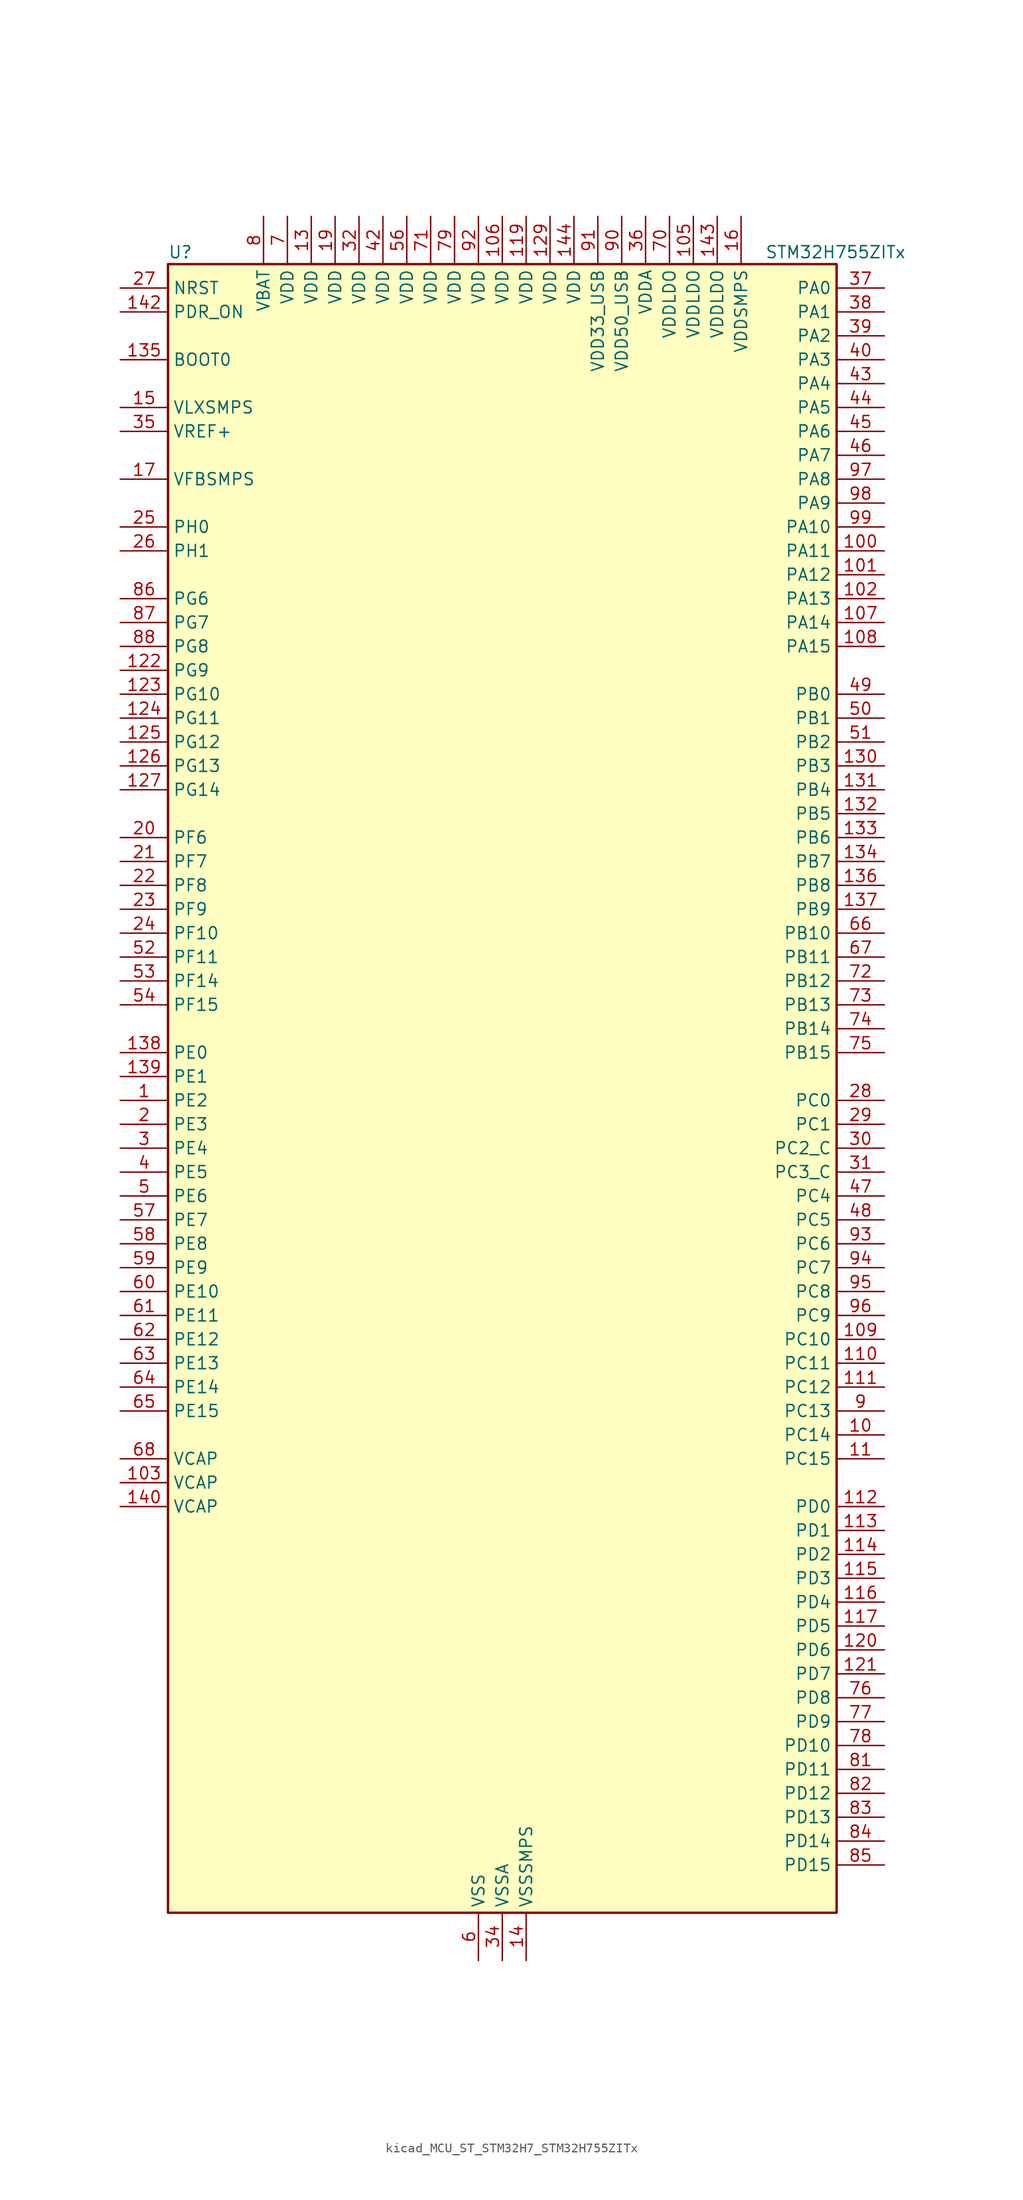
<source format=kicad_sym>
(kicad_symbol_lib
  (version 20220914)
  (generator kicad_symbol_editor)
  (symbol "kicad_MCU_ST_STM32H7_STM32H755ZITx"
    (property "Reference" "U"
      (at -35.56 90.17 0)
      (effects (font (size 1.27 1.27)) (justify left)))
    (property "Value" "STM32H755ZITx"
      (at 27.94 90.17 0)
      (effects (font (size 1.27 1.27)) (justify left)))
    (property "ki_locked" ""
      (at 0 0 0)
      (effects (font (size 1.27 1.27))))
    (symbol "kicad_MCU_ST_STM32H7_STM32H755ZITx_0_1"
      (rectangle (start -35.56 -86.36) (end 35.56 88.9) (stroke (width 0.254) (type default)) (fill (type background))))
    (symbol "kicad_MCU_ST_STM32H7_STM32H755ZITx_1_1"
      (pin bidirectional line (at -40.64 0 0) (length 5.08) (name "PE2" (effects (font (size 1.27 1.27)))) (number "1" (effects (font (size 1.27 1.27)))) (alternate "DEBUG_TRACECLK" bidirectional line) (alternate "ETH_TXD3" bidirectional line) (alternate "FMC_A23" bidirectional line) (alternate "QUADSPI_BK1_IO2" bidirectional line) (alternate "SAI1_CK1" bidirectional line) (alternate "SAI1_MCLK_A" bidirectional line) (alternate "SAI4_CK1" bidirectional line) (alternate "SAI4_MCLK_A" bidirectional line) (alternate "SPI4_SCK" bidirectional line))
      (pin bidirectional line (at 40.64 -35.56 180) (length 5.08) (name "PC14" (effects (font (size 1.27 1.27)))) (number "10" (effects (font (size 1.27 1.27)))) (alternate "RCC_OSC32_IN" bidirectional line))
      (pin bidirectional line (at 40.64 58.42 180) (length 5.08) (name "PA11" (effects (font (size 1.27 1.27)))) (number "100" (effects (font (size 1.27 1.27)))) (alternate "ADC1_EXTI11" bidirectional line) (alternate "ADC2_EXTI11" bidirectional line) (alternate "ADC3_EXTI11" bidirectional line) (alternate "FDCAN1_RX" bidirectional line) (alternate "HRTIM_CHD1" bidirectional line) (alternate "I2S2_WS" bidirectional line) (alternate "LPUART1_CTS" bidirectional line) (alternate "LTDC_R4" bidirectional line) (alternate "SPI2_NSS" bidirectional line) (alternate "TIM1_CH4" bidirectional line) (alternate "UART4_RX" bidirectional line) (alternate "USART1_CTS" bidirectional line) (alternate "USART1_NSS" bidirectional line) (alternate "USB_OTG_FS_DM" bidirectional line))
      (pin bidirectional line (at 40.64 55.88 180) (length 5.08) (name "PA12" (effects (font (size 1.27 1.27)))) (number "101" (effects (font (size 1.27 1.27)))) (alternate "FDCAN1_TX" bidirectional line) (alternate "HRTIM_CHD2" bidirectional line) (alternate "I2S2_CK" bidirectional line) (alternate "LPUART1_DE" bidirectional line) (alternate "LPUART1_RTS" bidirectional line) (alternate "LTDC_R5" bidirectional line) (alternate "SAI2_FS_B" bidirectional line) (alternate "SPI2_SCK" bidirectional line) (alternate "TIM1_ETR" bidirectional line) (alternate "UART4_TX" bidirectional line) (alternate "USART1_DE" bidirectional line) (alternate "USART1_RTS" bidirectional line) (alternate "USB_OTG_FS_DP" bidirectional line))
      (pin bidirectional line (at 40.64 53.34 180) (length 5.08) (name "PA13" (effects (font (size 1.27 1.27)))) (number "102" (effects (font (size 1.27 1.27)))) (alternate "DEBUG_JTMS-SWDIO" bidirectional line))
      (pin power_out line (at -40.64 -40.64 0) (length 5.08) (name "VCAP" (effects (font (size 1.27 1.27)))) (number "103" (effects (font (size 1.27 1.27)))))
      (pin passive line (at -2.54 -91.44 90) (length 5.08) hide (name "VSS" (effects (font (size 1.27 1.27)))) (number "104" (effects (font (size 1.27 1.27)))))
      (pin power_in line (at 20.32 93.98 270) (length 5.08) (name "VDDLDO" (effects (font (size 1.27 1.27)))) (number "105" (effects (font (size 1.27 1.27)))))
      (pin power_in line (at 0 93.98 270) (length 5.08) (name "VDD" (effects (font (size 1.27 1.27)))) (number "106" (effects (font (size 1.27 1.27)))))
      (pin bidirectional line (at 40.64 50.8 180) (length 5.08) (name "PA14" (effects (font (size 1.27 1.27)))) (number "107" (effects (font (size 1.27 1.27)))) (alternate "DEBUG_JTCK-SWCLK" bidirectional line))
      (pin bidirectional line (at 40.64 48.26 180) (length 5.08) (name "PA15" (effects (font (size 1.27 1.27)))) (number "108" (effects (font (size 1.27 1.27)))) (alternate "ADC1_EXTI15" bidirectional line) (alternate "ADC2_EXTI15" bidirectional line) (alternate "ADC3_EXTI15" bidirectional line) (alternate "CEC" bidirectional line) (alternate "DEBUG_JTDI" bidirectional line) (alternate "HRTIM_FLT1" bidirectional line) (alternate "I2S1_WS" bidirectional line) (alternate "I2S3_WS" bidirectional line) (alternate "SPI1_NSS" bidirectional line) (alternate "SPI3_NSS" bidirectional line) (alternate "SPI6_NSS" bidirectional line) (alternate "TIM2_CH1" bidirectional line) (alternate "TIM2_ETR" bidirectional line) (alternate "UART4_DE" bidirectional line) (alternate "UART4_RTS" bidirectional line) (alternate "UART7_TX" bidirectional line))
      (pin bidirectional line (at 40.64 -25.4 180) (length 5.08) (name "PC10" (effects (font (size 1.27 1.27)))) (number "109" (effects (font (size 1.27 1.27)))) (alternate "DCMI_D8" bidirectional line) (alternate "DFSDM1_CKIN5" bidirectional line) (alternate "HRTIM_EEV1" bidirectional line) (alternate "I2S3_CK" bidirectional line) (alternate "LTDC_R2" bidirectional line) (alternate "QUADSPI_BK1_IO1" bidirectional line) (alternate "SDMMC1_D2" bidirectional line) (alternate "SPI3_SCK" bidirectional line) (alternate "UART4_TX" bidirectional line) (alternate "USART3_TX" bidirectional line))
      (pin bidirectional line (at 40.64 -38.1 180) (length 5.08) (name "PC15" (effects (font (size 1.27 1.27)))) (number "11" (effects (font (size 1.27 1.27)))) (alternate "ADC1_EXTI15" bidirectional line) (alternate "ADC2_EXTI15" bidirectional line) (alternate "ADC3_EXTI15" bidirectional line) (alternate "RCC_OSC32_OUT" bidirectional line))
      (pin bidirectional line (at 40.64 -27.94 180) (length 5.08) (name "PC11" (effects (font (size 1.27 1.27)))) (number "110" (effects (font (size 1.27 1.27)))) (alternate "ADC1_EXTI11" bidirectional line) (alternate "ADC2_EXTI11" bidirectional line) (alternate "ADC3_EXTI11" bidirectional line) (alternate "DCMI_D4" bidirectional line) (alternate "DFSDM1_DATIN5" bidirectional line) (alternate "HRTIM_FLT2" bidirectional line) (alternate "I2S3_SDI" bidirectional line) (alternate "QUADSPI_BK2_NCS" bidirectional line) (alternate "SDMMC1_D3" bidirectional line) (alternate "SPI3_MISO" bidirectional line) (alternate "UART4_RX" bidirectional line) (alternate "USART3_RX" bidirectional line))
      (pin bidirectional line (at 40.64 -30.48 180) (length 5.08) (name "PC12" (effects (font (size 1.27 1.27)))) (number "111" (effects (font (size 1.27 1.27)))) (alternate "DCMI_D9" bidirectional line) (alternate "DEBUG_TRACED3" bidirectional line) (alternate "HRTIM_EEV2" bidirectional line) (alternate "I2S3_SDO" bidirectional line) (alternate "SDMMC1_CK" bidirectional line) (alternate "SPI3_MOSI" bidirectional line) (alternate "UART5_TX" bidirectional line) (alternate "USART3_CK" bidirectional line))
      (pin bidirectional line (at 40.64 -43.18 180) (length 5.08) (name "PD0" (effects (font (size 1.27 1.27)))) (number "112" (effects (font (size 1.27 1.27)))) (alternate "DFSDM1_CKIN6" bidirectional line) (alternate "FDCAN1_RX" bidirectional line) (alternate "FMC_D2" bidirectional line) (alternate "FMC_DA2" bidirectional line) (alternate "SAI3_SCK_A" bidirectional line) (alternate "UART4_RX" bidirectional line))
      (pin bidirectional line (at 40.64 -45.72 180) (length 5.08) (name "PD1" (effects (font (size 1.27 1.27)))) (number "113" (effects (font (size 1.27 1.27)))) (alternate "DFSDM1_DATIN6" bidirectional line) (alternate "FDCAN1_TX" bidirectional line) (alternate "FMC_D3" bidirectional line) (alternate "FMC_DA3" bidirectional line) (alternate "SAI3_SD_A" bidirectional line) (alternate "UART4_TX" bidirectional line))
      (pin bidirectional line (at 40.64 -48.26 180) (length 5.08) (name "PD2" (effects (font (size 1.27 1.27)))) (number "114" (effects (font (size 1.27 1.27)))) (alternate "DCMI_D11" bidirectional line) (alternate "DEBUG_TRACED2" bidirectional line) (alternate "SDMMC1_CMD" bidirectional line) (alternate "TIM3_ETR" bidirectional line) (alternate "UART5_RX" bidirectional line))
      (pin bidirectional line (at 40.64 -50.8 180) (length 5.08) (name "PD3" (effects (font (size 1.27 1.27)))) (number "115" (effects (font (size 1.27 1.27)))) (alternate "DCMI_D5" bidirectional line) (alternate "DFSDM1_CKOUT" bidirectional line) (alternate "FMC_CLK" bidirectional line) (alternate "I2S2_CK" bidirectional line) (alternate "LTDC_G7" bidirectional line) (alternate "SPI2_SCK" bidirectional line) (alternate "USART2_CTS" bidirectional line) (alternate "USART2_NSS" bidirectional line))
      (pin bidirectional line (at 40.64 -53.34 180) (length 5.08) (name "PD4" (effects (font (size 1.27 1.27)))) (number "116" (effects (font (size 1.27 1.27)))) (alternate "FMC_NOE" bidirectional line) (alternate "HRTIM_FLT3" bidirectional line) (alternate "SAI3_FS_A" bidirectional line) (alternate "USART2_DE" bidirectional line) (alternate "USART2_RTS" bidirectional line))
      (pin bidirectional line (at 40.64 -55.88 180) (length 5.08) (name "PD5" (effects (font (size 1.27 1.27)))) (number "117" (effects (font (size 1.27 1.27)))) (alternate "FMC_NWE" bidirectional line) (alternate "HRTIM_EEV3" bidirectional line) (alternate "USART2_TX" bidirectional line))
      (pin passive line (at -2.54 -91.44 90) (length 5.08) hide (name "VSS" (effects (font (size 1.27 1.27)))) (number "118" (effects (font (size 1.27 1.27)))))
      (pin power_in line (at 2.54 93.98 270) (length 5.08) (name "VDD" (effects (font (size 1.27 1.27)))) (number "119" (effects (font (size 1.27 1.27)))))
      (pin passive line (at -2.54 -91.44 90) (length 5.08) hide (name "VSS" (effects (font (size 1.27 1.27)))) (number "12" (effects (font (size 1.27 1.27)))))
      (pin bidirectional line (at 40.64 -58.42 180) (length 5.08) (name "PD6" (effects (font (size 1.27 1.27)))) (number "120" (effects (font (size 1.27 1.27)))) (alternate "DCMI_D10" bidirectional line) (alternate "DFSDM1_CKIN4" bidirectional line) (alternate "DFSDM1_DATIN1" bidirectional line) (alternate "FMC_NWAIT" bidirectional line) (alternate "I2S3_SDO" bidirectional line) (alternate "LTDC_B2" bidirectional line) (alternate "SAI1_D1" bidirectional line) (alternate "SAI1_SD_A" bidirectional line) (alternate "SAI4_D1" bidirectional line) (alternate "SAI4_SD_A" bidirectional line) (alternate "SDMMC2_CK" bidirectional line) (alternate "SPI3_MOSI" bidirectional line) (alternate "USART2_RX" bidirectional line))
      (pin bidirectional line (at 40.64 -60.96 180) (length 5.08) (name "PD7" (effects (font (size 1.27 1.27)))) (number "121" (effects (font (size 1.27 1.27)))) (alternate "DFSDM1_CKIN1" bidirectional line) (alternate "DFSDM1_DATIN4" bidirectional line) (alternate "FMC_NE1" bidirectional line) (alternate "I2S1_SDO" bidirectional line) (alternate "SDMMC2_CMD" bidirectional line) (alternate "SPDIFRX1_IN0" bidirectional line) (alternate "SPI1_MOSI" bidirectional line) (alternate "USART2_CK" bidirectional line))
      (pin bidirectional line (at -40.64 45.72 0) (length 5.08) (name "PG9" (effects (font (size 1.27 1.27)))) (number "122" (effects (font (size 1.27 1.27)))) (alternate "DAC1_EXTI9" bidirectional line) (alternate "DCMI_VSYNC" bidirectional line) (alternate "FMC_NCE" bidirectional line) (alternate "FMC_NE2" bidirectional line) (alternate "I2S1_SDI" bidirectional line) (alternate "QUADSPI_BK2_IO2" bidirectional line) (alternate "SAI2_FS_B" bidirectional line) (alternate "SPDIFRX1_IN3" bidirectional line) (alternate "SPI1_MISO" bidirectional line) (alternate "USART6_RX" bidirectional line))
      (pin bidirectional line (at -40.64 43.18 0) (length 5.08) (name "PG10" (effects (font (size 1.27 1.27)))) (number "123" (effects (font (size 1.27 1.27)))) (alternate "DCMI_D2" bidirectional line) (alternate "FMC_NE3" bidirectional line) (alternate "HRTIM_FLT5" bidirectional line) (alternate "I2S1_WS" bidirectional line) (alternate "LTDC_B2" bidirectional line) (alternate "LTDC_G3" bidirectional line) (alternate "SAI2_SD_B" bidirectional line) (alternate "SPI1_NSS" bidirectional line))
      (pin bidirectional line (at -40.64 40.64 0) (length 5.08) (name "PG11" (effects (font (size 1.27 1.27)))) (number "124" (effects (font (size 1.27 1.27)))) (alternate "ADC1_EXTI11" bidirectional line) (alternate "ADC2_EXTI11" bidirectional line) (alternate "ADC3_EXTI11" bidirectional line) (alternate "DCMI_D3" bidirectional line) (alternate "ETH_TX_EN" bidirectional line) (alternate "HRTIM_EEV4" bidirectional line) (alternate "I2S1_CK" bidirectional line) (alternate "LPTIM1_IN2" bidirectional line) (alternate "LTDC_B3" bidirectional line) (alternate "SDMMC2_D2" bidirectional line) (alternate "SPDIFRX1_IN0" bidirectional line) (alternate "SPI1_SCK" bidirectional line))
      (pin bidirectional line (at -40.64 38.1 0) (length 5.08) (name "PG12" (effects (font (size 1.27 1.27)))) (number "125" (effects (font (size 1.27 1.27)))) (alternate "ETH_TXD1" bidirectional line) (alternate "FMC_NE4" bidirectional line) (alternate "HRTIM_EEV5" bidirectional line) (alternate "LPTIM1_IN1" bidirectional line) (alternate "LTDC_B1" bidirectional line) (alternate "LTDC_B4" bidirectional line) (alternate "SPDIFRX1_IN1" bidirectional line) (alternate "SPI6_MISO" bidirectional line) (alternate "USART6_DE" bidirectional line) (alternate "USART6_RTS" bidirectional line))
      (pin bidirectional line (at -40.64 35.56 0) (length 5.08) (name "PG13" (effects (font (size 1.27 1.27)))) (number "126" (effects (font (size 1.27 1.27)))) (alternate "DEBUG_TRACED0" bidirectional line) (alternate "ETH_TXD0" bidirectional line) (alternate "FMC_A24" bidirectional line) (alternate "HRTIM_EEV10" bidirectional line) (alternate "LPTIM1_OUT" bidirectional line) (alternate "LTDC_R0" bidirectional line) (alternate "SPI6_SCK" bidirectional line) (alternate "USART6_CTS" bidirectional line) (alternate "USART6_NSS" bidirectional line))
      (pin bidirectional line (at -40.64 33.02 0) (length 5.08) (name "PG14" (effects (font (size 1.27 1.27)))) (number "127" (effects (font (size 1.27 1.27)))) (alternate "DEBUG_TRACED1" bidirectional line) (alternate "ETH_TXD1" bidirectional line) (alternate "FMC_A25" bidirectional line) (alternate "LPTIM1_ETR" bidirectional line) (alternate "LTDC_B0" bidirectional line) (alternate "QUADSPI_BK2_IO3" bidirectional line) (alternate "SPI6_MOSI" bidirectional line) (alternate "USART6_TX" bidirectional line))
      (pin passive line (at -2.54 -91.44 90) (length 5.08) hide (name "VSS" (effects (font (size 1.27 1.27)))) (number "128" (effects (font (size 1.27 1.27)))))
      (pin power_in line (at 5.08 93.98 270) (length 5.08) (name "VDD" (effects (font (size 1.27 1.27)))) (number "129" (effects (font (size 1.27 1.27)))))
      (pin power_in line (at -20.32 93.98 270) (length 5.08) (name "VDD" (effects (font (size 1.27 1.27)))) (number "13" (effects (font (size 1.27 1.27)))))
      (pin bidirectional line (at 40.64 35.56 180) (length 5.08) (name "PB3" (effects (font (size 1.27 1.27)))) (number "130" (effects (font (size 1.27 1.27)))) (alternate "CRS_SYNC" bidirectional line) (alternate "DEBUG_JTDO-SWO" bidirectional line) (alternate "HRTIM_FLT4" bidirectional line) (alternate "I2S1_CK" bidirectional line) (alternate "I2S3_CK" bidirectional line) (alternate "SDMMC2_D2" bidirectional line) (alternate "SPI1_SCK" bidirectional line) (alternate "SPI3_SCK" bidirectional line) (alternate "SPI6_SCK" bidirectional line) (alternate "TIM2_CH2" bidirectional line) (alternate "UART7_RX" bidirectional line))
      (pin bidirectional line (at 40.64 33.02 180) (length 5.08) (name "PB4" (effects (font (size 1.27 1.27)))) (number "131" (effects (font (size 1.27 1.27)))) (alternate "DEBUG_JTRST" bidirectional line) (alternate "HRTIM_EEV6" bidirectional line) (alternate "I2S1_SDI" bidirectional line) (alternate "I2S2_WS" bidirectional line) (alternate "I2S3_SDI" bidirectional line) (alternate "SDMMC2_D3" bidirectional line) (alternate "SPI1_MISO" bidirectional line) (alternate "SPI2_NSS" bidirectional line) (alternate "SPI3_MISO" bidirectional line) (alternate "SPI6_MISO" bidirectional line) (alternate "TIM16_BKIN" bidirectional line) (alternate "TIM3_CH1" bidirectional line) (alternate "UART7_TX" bidirectional line))
      (pin bidirectional line (at 40.64 30.48 180) (length 5.08) (name "PB5" (effects (font (size 1.27 1.27)))) (number "132" (effects (font (size 1.27 1.27)))) (alternate "DCMI_D10" bidirectional line) (alternate "ETH_PPS_OUT" bidirectional line) (alternate "FDCAN2_RX" bidirectional line) (alternate "FMC_SDCKE1" bidirectional line) (alternate "HRTIM_EEV7" bidirectional line) (alternate "I2C1_SMBA" bidirectional line) (alternate "I2C4_SMBA" bidirectional line) (alternate "I2S1_SDO" bidirectional line) (alternate "I2S3_SDO" bidirectional line) (alternate "SPI1_MOSI" bidirectional line) (alternate "SPI3_MOSI" bidirectional line) (alternate "SPI6_MOSI" bidirectional line) (alternate "TIM17_BKIN" bidirectional line) (alternate "TIM3_CH2" bidirectional line) (alternate "UART5_RX" bidirectional line) (alternate "USB_OTG_HS_ULPI_D7" bidirectional line))
      (pin bidirectional line (at 40.64 27.94 180) (length 5.08) (name "PB6" (effects (font (size 1.27 1.27)))) (number "133" (effects (font (size 1.27 1.27)))) (alternate "CEC" bidirectional line) (alternate "DCMI_D5" bidirectional line) (alternate "DFSDM1_DATIN5" bidirectional line) (alternate "FDCAN2_TX" bidirectional line) (alternate "FMC_SDNE1" bidirectional line) (alternate "HRTIM_EEV8" bidirectional line) (alternate "I2C1_SCL" bidirectional line) (alternate "I2C4_SCL" bidirectional line) (alternate "LPUART1_TX" bidirectional line) (alternate "QUADSPI_BK1_NCS" bidirectional line) (alternate "TIM16_CH1N" bidirectional line) (alternate "TIM4_CH1" bidirectional line) (alternate "UART5_TX" bidirectional line) (alternate "USART1_TX" bidirectional line))
      (pin bidirectional line (at 40.64 25.4 180) (length 5.08) (name "PB7" (effects (font (size 1.27 1.27)))) (number "134" (effects (font (size 1.27 1.27)))) (alternate "DCMI_VSYNC" bidirectional line) (alternate "DFSDM1_CKIN5" bidirectional line) (alternate "FMC_NL" bidirectional line) (alternate "HRTIM_EEV9" bidirectional line) (alternate "I2C1_SDA" bidirectional line) (alternate "I2C4_SDA" bidirectional line) (alternate "LPUART1_RX" bidirectional line) (alternate "PWR_PVD_IN" bidirectional line) (alternate "TIM17_CH1N" bidirectional line) (alternate "TIM4_CH2" bidirectional line) (alternate "USART1_RX" bidirectional line))
      (pin input line (at -40.64 78.74 0) (length 5.08) (name "BOOT0" (effects (font (size 1.27 1.27)))) (number "135" (effects (font (size 1.27 1.27)))))
      (pin bidirectional line (at 40.64 22.86 180) (length 5.08) (name "PB8" (effects (font (size 1.27 1.27)))) (number "136" (effects (font (size 1.27 1.27)))) (alternate "DCMI_D6" bidirectional line) (alternate "DFSDM1_CKIN7" bidirectional line) (alternate "ETH_TXD3" bidirectional line) (alternate "FDCAN1_RX" bidirectional line) (alternate "I2C1_SCL" bidirectional line) (alternate "I2C4_SCL" bidirectional line) (alternate "LTDC_B6" bidirectional line) (alternate "SDMMC1_CKIN" bidirectional line) (alternate "SDMMC1_D4" bidirectional line) (alternate "SDMMC2_D4" bidirectional line) (alternate "TIM16_CH1" bidirectional line) (alternate "TIM4_CH3" bidirectional line) (alternate "UART4_RX" bidirectional line))
      (pin bidirectional line (at 40.64 20.32 180) (length 5.08) (name "PB9" (effects (font (size 1.27 1.27)))) (number "137" (effects (font (size 1.27 1.27)))) (alternate "DAC1_EXTI9" bidirectional line) (alternate "DCMI_D7" bidirectional line) (alternate "DFSDM1_DATIN7" bidirectional line) (alternate "FDCAN1_TX" bidirectional line) (alternate "I2C1_SDA" bidirectional line) (alternate "I2C4_SDA" bidirectional line) (alternate "I2C4_SMBA" bidirectional line) (alternate "I2S2_WS" bidirectional line) (alternate "LTDC_B7" bidirectional line) (alternate "SDMMC1_CDIR" bidirectional line) (alternate "SDMMC1_D5" bidirectional line) (alternate "SDMMC2_D5" bidirectional line) (alternate "SPI2_NSS" bidirectional line) (alternate "TIM17_CH1" bidirectional line) (alternate "TIM4_CH4" bidirectional line) (alternate "UART4_TX" bidirectional line))
      (pin bidirectional line (at -40.64 5.08 0) (length 5.08) (name "PE0" (effects (font (size 1.27 1.27)))) (number "138" (effects (font (size 1.27 1.27)))) (alternate "DCMI_D2" bidirectional line) (alternate "FMC_NBL0" bidirectional line) (alternate "HRTIM_SCIN" bidirectional line) (alternate "LPTIM1_ETR" bidirectional line) (alternate "LPTIM2_ETR" bidirectional line) (alternate "SAI2_MCLK_A" bidirectional line) (alternate "TIM4_ETR" bidirectional line) (alternate "UART8_RX" bidirectional line))
      (pin bidirectional line (at -40.64 2.54 0) (length 5.08) (name "PE1" (effects (font (size 1.27 1.27)))) (number "139" (effects (font (size 1.27 1.27)))) (alternate "DCMI_D3" bidirectional line) (alternate "FMC_NBL1" bidirectional line) (alternate "HRTIM_SCOUT" bidirectional line) (alternate "LPTIM1_IN2" bidirectional line) (alternate "UART8_TX" bidirectional line))
      (pin power_in line (at 2.54 -91.44 90) (length 5.08) (name "VSSSMPS" (effects (font (size 1.27 1.27)))) (number "14" (effects (font (size 1.27 1.27)))))
      (pin power_out line (at -40.64 -43.18 0) (length 5.08) (name "VCAP" (effects (font (size 1.27 1.27)))) (number "140" (effects (font (size 1.27 1.27)))))
      (pin passive line (at -2.54 -91.44 90) (length 5.08) hide (name "VSS" (effects (font (size 1.27 1.27)))) (number "141" (effects (font (size 1.27 1.27)))))
      (pin input line (at -40.64 83.82 0) (length 5.08) (name "PDR_ON" (effects (font (size 1.27 1.27)))) (number "142" (effects (font (size 1.27 1.27)))))
      (pin power_in line (at 22.86 93.98 270) (length 5.08) (name "VDDLDO" (effects (font (size 1.27 1.27)))) (number "143" (effects (font (size 1.27 1.27)))))
      (pin power_in line (at 7.62 93.98 270) (length 5.08) (name "VDD" (effects (font (size 1.27 1.27)))) (number "144" (effects (font (size 1.27 1.27)))))
      (pin power_in line (at -40.64 73.66 0) (length 5.08) (name "VLXSMPS" (effects (font (size 1.27 1.27)))) (number "15" (effects (font (size 1.27 1.27)))))
      (pin power_in line (at 25.4 93.98 270) (length 5.08) (name "VDDSMPS" (effects (font (size 1.27 1.27)))) (number "16" (effects (font (size 1.27 1.27)))))
      (pin input line (at -40.64 66.04 0) (length 5.08) (name "VFBSMPS" (effects (font (size 1.27 1.27)))) (number "17" (effects (font (size 1.27 1.27)))))
      (pin passive line (at -2.54 -91.44 90) (length 5.08) hide (name "VSS" (effects (font (size 1.27 1.27)))) (number "18" (effects (font (size 1.27 1.27)))))
      (pin power_in line (at -17.78 93.98 270) (length 5.08) (name "VDD" (effects (font (size 1.27 1.27)))) (number "19" (effects (font (size 1.27 1.27)))))
      (pin bidirectional line (at -40.64 -2.54 0) (length 5.08) (name "PE3" (effects (font (size 1.27 1.27)))) (number "2" (effects (font (size 1.27 1.27)))) (alternate "DEBUG_TRACED0" bidirectional line) (alternate "FMC_A19" bidirectional line) (alternate "SAI1_SD_B" bidirectional line) (alternate "SAI4_SD_B" bidirectional line) (alternate "TIM15_BKIN" bidirectional line))
      (pin bidirectional line (at -40.64 27.94 0) (length 5.08) (name "PF6" (effects (font (size 1.27 1.27)))) (number "20" (effects (font (size 1.27 1.27)))) (alternate "ADC3_INP8" bidirectional line) (alternate "QUADSPI_BK1_IO3" bidirectional line) (alternate "SAI1_SD_B" bidirectional line) (alternate "SAI4_SD_B" bidirectional line) (alternate "SPI5_NSS" bidirectional line) (alternate "TIM16_CH1" bidirectional line) (alternate "UART7_RX" bidirectional line))
      (pin bidirectional line (at -40.64 25.4 0) (length 5.08) (name "PF7" (effects (font (size 1.27 1.27)))) (number "21" (effects (font (size 1.27 1.27)))) (alternate "ADC3_INP3" bidirectional line) (alternate "QUADSPI_BK1_IO2" bidirectional line) (alternate "SAI1_MCLK_B" bidirectional line) (alternate "SAI4_MCLK_B" bidirectional line) (alternate "SPI5_SCK" bidirectional line) (alternate "TIM17_CH1" bidirectional line) (alternate "UART7_TX" bidirectional line))
      (pin bidirectional line (at -40.64 22.86 0) (length 5.08) (name "PF8" (effects (font (size 1.27 1.27)))) (number "22" (effects (font (size 1.27 1.27)))) (alternate "ADC3_INN3" bidirectional line) (alternate "ADC3_INP7" bidirectional line) (alternate "QUADSPI_BK1_IO0" bidirectional line) (alternate "SAI1_SCK_B" bidirectional line) (alternate "SAI4_SCK_B" bidirectional line) (alternate "SPI5_MISO" bidirectional line) (alternate "TIM13_CH1" bidirectional line) (alternate "TIM16_CH1N" bidirectional line) (alternate "UART7_DE" bidirectional line) (alternate "UART7_RTS" bidirectional line))
      (pin bidirectional line (at -40.64 20.32 0) (length 5.08) (name "PF9" (effects (font (size 1.27 1.27)))) (number "23" (effects (font (size 1.27 1.27)))) (alternate "ADC3_INP2" bidirectional line) (alternate "DAC1_EXTI9" bidirectional line) (alternate "QUADSPI_BK1_IO1" bidirectional line) (alternate "SAI1_FS_B" bidirectional line) (alternate "SAI4_FS_B" bidirectional line) (alternate "SPI5_MOSI" bidirectional line) (alternate "TIM14_CH1" bidirectional line) (alternate "TIM17_CH1N" bidirectional line) (alternate "UART7_CTS" bidirectional line))
      (pin bidirectional line (at -40.64 17.78 0) (length 5.08) (name "PF10" (effects (font (size 1.27 1.27)))) (number "24" (effects (font (size 1.27 1.27)))) (alternate "ADC3_INN2" bidirectional line) (alternate "ADC3_INP6" bidirectional line) (alternate "DCMI_D11" bidirectional line) (alternate "LTDC_DE" bidirectional line) (alternate "QUADSPI_CLK" bidirectional line) (alternate "SAI1_D3" bidirectional line) (alternate "SAI4_D3" bidirectional line) (alternate "TIM16_BKIN" bidirectional line))
      (pin bidirectional line (at -40.64 60.96 0) (length 5.08) (name "PH0" (effects (font (size 1.27 1.27)))) (number "25" (effects (font (size 1.27 1.27)))) (alternate "RCC_OSC_IN" bidirectional line))
      (pin bidirectional line (at -40.64 58.42 0) (length 5.08) (name "PH1" (effects (font (size 1.27 1.27)))) (number "26" (effects (font (size 1.27 1.27)))) (alternate "RCC_OSC_OUT" bidirectional line))
      (pin input line (at -40.64 86.36 0) (length 5.08) (name "NRST" (effects (font (size 1.27 1.27)))) (number "27" (effects (font (size 1.27 1.27)))))
      (pin bidirectional line (at 40.64 0 180) (length 5.08) (name "PC0" (effects (font (size 1.27 1.27)))) (number "28" (effects (font (size 1.27 1.27)))) (alternate "ADC1_INP10" bidirectional line) (alternate "ADC2_INP10" bidirectional line) (alternate "ADC3_INP10" bidirectional line) (alternate "DFSDM1_CKIN0" bidirectional line) (alternate "DFSDM1_DATIN4" bidirectional line) (alternate "FMC_SDNWE" bidirectional line) (alternate "LTDC_R5" bidirectional line) (alternate "SAI2_FS_B" bidirectional line) (alternate "USB_OTG_HS_ULPI_STP" bidirectional line))
      (pin bidirectional line (at 40.64 -2.54 180) (length 5.08) (name "PC1" (effects (font (size 1.27 1.27)))) (number "29" (effects (font (size 1.27 1.27)))) (alternate "ADC1_INN10" bidirectional line) (alternate "ADC1_INP11" bidirectional line) (alternate "ADC2_INN10" bidirectional line) (alternate "ADC2_INP11" bidirectional line) (alternate "ADC3_INN10" bidirectional line) (alternate "ADC3_INP11" bidirectional line) (alternate "DEBUG_TRACED0" bidirectional line) (alternate "DFSDM1_CKIN4" bidirectional line) (alternate "DFSDM1_DATIN0" bidirectional line) (alternate "ETH_MDC" bidirectional line) (alternate "I2S2_SDO" bidirectional line) (alternate "MDIOS_MDC" bidirectional line) (alternate "PWR_WKUP5" bidirectional line) (alternate "RTC_TAMP3" bidirectional line) (alternate "SAI1_D1" bidirectional line) (alternate "SAI1_SD_A" bidirectional line) (alternate "SAI4_D1" bidirectional line) (alternate "SAI4_SD_A" bidirectional line) (alternate "SDMMC2_CK" bidirectional line) (alternate "SPI2_MOSI" bidirectional line))
      (pin bidirectional line (at -40.64 -5.08 0) (length 5.08) (name "PE4" (effects (font (size 1.27 1.27)))) (number "3" (effects (font (size 1.27 1.27)))) (alternate "DCMI_D4" bidirectional line) (alternate "DEBUG_TRACED1" bidirectional line) (alternate "DFSDM1_DATIN3" bidirectional line) (alternate "FMC_A20" bidirectional line) (alternate "LTDC_B0" bidirectional line) (alternate "SAI1_D2" bidirectional line) (alternate "SAI1_FS_A" bidirectional line) (alternate "SAI4_D2" bidirectional line) (alternate "SAI4_FS_A" bidirectional line) (alternate "SPI4_NSS" bidirectional line) (alternate "TIM15_CH1N" bidirectional line))
      (pin bidirectional line (at 40.64 -5.08 180) (length 5.08) (name "PC2_C" (effects (font (size 1.27 1.27)))) (number "30" (effects (font (size 1.27 1.27)))) (alternate "ADC3_INN1" bidirectional line) (alternate "ADC3_INP0" bidirectional line) (alternate "DFSDM1_CKIN1" bidirectional line) (alternate "DFSDM1_CKOUT" bidirectional line) (alternate "ETH_TXD2" bidirectional line) (alternate "FMC_SDNE0" bidirectional line) (alternate "I2S2_SDI" bidirectional line) (alternate "PWR_CSTOP" bidirectional line) (alternate "SPI2_MISO" bidirectional line) (alternate "USB_OTG_HS_ULPI_DIR" bidirectional line))
      (pin bidirectional line (at 40.64 -7.62 180) (length 5.08) (name "PC3_C" (effects (font (size 1.27 1.27)))) (number "31" (effects (font (size 1.27 1.27)))) (alternate "ADC3_INP1" bidirectional line) (alternate "DFSDM1_DATIN1" bidirectional line) (alternate "ETH_TX_CLK" bidirectional line) (alternate "FMC_SDCKE0" bidirectional line) (alternate "I2S2_SDO" bidirectional line) (alternate "PWR_CSLEEP" bidirectional line) (alternate "SPI2_MOSI" bidirectional line) (alternate "USB_OTG_HS_ULPI_NXT" bidirectional line))
      (pin power_in line (at -15.24 93.98 270) (length 5.08) (name "VDD" (effects (font (size 1.27 1.27)))) (number "32" (effects (font (size 1.27 1.27)))))
      (pin passive line (at -2.54 -91.44 90) (length 5.08) hide (name "VSS" (effects (font (size 1.27 1.27)))) (number "33" (effects (font (size 1.27 1.27)))))
      (pin power_in line (at 0 -91.44 90) (length 5.08) (name "VSSA" (effects (font (size 1.27 1.27)))) (number "34" (effects (font (size 1.27 1.27)))))
      (pin input line (at -40.64 71.12 0) (length 5.08) (name "VREF+" (effects (font (size 1.27 1.27)))) (number "35" (effects (font (size 1.27 1.27)))) (alternate "VREFBUF_OUT" bidirectional line))
      (pin power_in line (at 15.24 93.98 270) (length 5.08) (name "VDDA" (effects (font (size 1.27 1.27)))) (number "36" (effects (font (size 1.27 1.27)))))
      (pin bidirectional line (at 40.64 86.36 180) (length 5.08) (name "PA0" (effects (font (size 1.27 1.27)))) (number "37" (effects (font (size 1.27 1.27)))) (alternate "ADC1_INP16" bidirectional line) (alternate "ETH_CRS" bidirectional line) (alternate "PWR_WKUP0" bidirectional line) (alternate "SAI2_SD_B" bidirectional line) (alternate "SDMMC2_CMD" bidirectional line) (alternate "TIM15_BKIN" bidirectional line) (alternate "TIM2_CH1" bidirectional line) (alternate "TIM2_ETR" bidirectional line) (alternate "TIM5_CH1" bidirectional line) (alternate "TIM8_ETR" bidirectional line) (alternate "UART4_TX" bidirectional line) (alternate "USART2_CTS" bidirectional line) (alternate "USART2_NSS" bidirectional line))
      (pin bidirectional line (at 40.64 83.82 180) (length 5.08) (name "PA1" (effects (font (size 1.27 1.27)))) (number "38" (effects (font (size 1.27 1.27)))) (alternate "ADC1_INN16" bidirectional line) (alternate "ADC1_INP17" bidirectional line) (alternate "ETH_REF_CLK" bidirectional line) (alternate "ETH_RX_CLK" bidirectional line) (alternate "LPTIM3_OUT" bidirectional line) (alternate "LTDC_R2" bidirectional line) (alternate "QUADSPI_BK1_IO3" bidirectional line) (alternate "SAI2_MCLK_B" bidirectional line) (alternate "TIM15_CH1N" bidirectional line) (alternate "TIM2_CH2" bidirectional line) (alternate "TIM5_CH2" bidirectional line) (alternate "UART4_RX" bidirectional line) (alternate "USART2_DE" bidirectional line) (alternate "USART2_RTS" bidirectional line))
      (pin bidirectional line (at 40.64 81.28 180) (length 5.08) (name "PA2" (effects (font (size 1.27 1.27)))) (number "39" (effects (font (size 1.27 1.27)))) (alternate "ADC1_INP14" bidirectional line) (alternate "ADC2_INP14" bidirectional line) (alternate "ETH_MDIO" bidirectional line) (alternate "LPTIM4_OUT" bidirectional line) (alternate "LTDC_R1" bidirectional line) (alternate "MDIOS_MDIO" bidirectional line) (alternate "PWR_WKUP1" bidirectional line) (alternate "SAI2_SCK_B" bidirectional line) (alternate "TIM15_CH1" bidirectional line) (alternate "TIM2_CH3" bidirectional line) (alternate "TIM5_CH3" bidirectional line) (alternate "USART2_TX" bidirectional line))
      (pin bidirectional line (at -40.64 -7.62 0) (length 5.08) (name "PE5" (effects (font (size 1.27 1.27)))) (number "4" (effects (font (size 1.27 1.27)))) (alternate "DCMI_D6" bidirectional line) (alternate "DEBUG_TRACED2" bidirectional line) (alternate "DFSDM1_CKIN3" bidirectional line) (alternate "FMC_A21" bidirectional line) (alternate "LTDC_G0" bidirectional line) (alternate "SAI1_CK2" bidirectional line) (alternate "SAI1_SCK_A" bidirectional line) (alternate "SAI4_CK2" bidirectional line) (alternate "SAI4_SCK_A" bidirectional line) (alternate "SPI4_MISO" bidirectional line) (alternate "TIM15_CH1" bidirectional line))
      (pin bidirectional line (at 40.64 78.74 180) (length 5.08) (name "PA3" (effects (font (size 1.27 1.27)))) (number "40" (effects (font (size 1.27 1.27)))) (alternate "ADC1_INP15" bidirectional line) (alternate "ADC2_INP15" bidirectional line) (alternate "ETH_COL" bidirectional line) (alternate "LPTIM5_OUT" bidirectional line) (alternate "LTDC_B2" bidirectional line) (alternate "LTDC_B5" bidirectional line) (alternate "TIM15_CH2" bidirectional line) (alternate "TIM2_CH4" bidirectional line) (alternate "TIM5_CH4" bidirectional line) (alternate "USART2_RX" bidirectional line) (alternate "USB_OTG_HS_ULPI_D0" bidirectional line))
      (pin passive line (at -2.54 -91.44 90) (length 5.08) hide (name "VSS" (effects (font (size 1.27 1.27)))) (number "41" (effects (font (size 1.27 1.27)))))
      (pin power_in line (at -12.7 93.98 270) (length 5.08) (name "VDD" (effects (font (size 1.27 1.27)))) (number "42" (effects (font (size 1.27 1.27)))))
      (pin bidirectional line (at 40.64 76.2 180) (length 5.08) (name "PA4" (effects (font (size 1.27 1.27)))) (number "43" (effects (font (size 1.27 1.27)))) (alternate "ADC1_INP18" bidirectional line) (alternate "ADC2_INP18" bidirectional line) (alternate "DAC1_OUT1" bidirectional line) (alternate "DCMI_HSYNC" bidirectional line) (alternate "I2S1_WS" bidirectional line) (alternate "I2S3_WS" bidirectional line) (alternate "LTDC_VSYNC" bidirectional line) (alternate "SPI1_NSS" bidirectional line) (alternate "SPI3_NSS" bidirectional line) (alternate "SPI6_NSS" bidirectional line) (alternate "TIM5_ETR" bidirectional line) (alternate "USART2_CK" bidirectional line) (alternate "USB_OTG_HS_SOF" bidirectional line))
      (pin bidirectional line (at 40.64 73.66 180) (length 5.08) (name "PA5" (effects (font (size 1.27 1.27)))) (number "44" (effects (font (size 1.27 1.27)))) (alternate "ADC1_INN18" bidirectional line) (alternate "ADC1_INP19" bidirectional line) (alternate "ADC2_INN18" bidirectional line) (alternate "ADC2_INP19" bidirectional line) (alternate "DAC1_OUT2" bidirectional line) (alternate "I2S1_CK" bidirectional line) (alternate "LTDC_R4" bidirectional line) (alternate "PWR_NDSTOP2" bidirectional line) (alternate "SPI1_SCK" bidirectional line) (alternate "SPI6_SCK" bidirectional line) (alternate "TIM2_CH1" bidirectional line) (alternate "TIM2_ETR" bidirectional line) (alternate "TIM8_CH1N" bidirectional line) (alternate "USB_OTG_HS_ULPI_CK" bidirectional line))
      (pin bidirectional line (at 40.64 71.12 180) (length 5.08) (name "PA6" (effects (font (size 1.27 1.27)))) (number "45" (effects (font (size 1.27 1.27)))) (alternate "ADC1_INP3" bidirectional line) (alternate "ADC2_INP3" bidirectional line) (alternate "DCMI_PIXCLK" bidirectional line) (alternate "I2S1_SDI" bidirectional line) (alternate "LTDC_G2" bidirectional line) (alternate "MDIOS_MDC" bidirectional line) (alternate "SPI1_MISO" bidirectional line) (alternate "SPI6_MISO" bidirectional line) (alternate "TIM13_CH1" bidirectional line) (alternate "TIM1_BKIN" bidirectional line) (alternate "TIM1_BKIN_COMP1" bidirectional line) (alternate "TIM1_BKIN_COMP2" bidirectional line) (alternate "TIM3_CH1" bidirectional line) (alternate "TIM8_BKIN" bidirectional line) (alternate "TIM8_BKIN_COMP1" bidirectional line) (alternate "TIM8_BKIN_COMP2" bidirectional line))
      (pin bidirectional line (at 40.64 68.58 180) (length 5.08) (name "PA7" (effects (font (size 1.27 1.27)))) (number "46" (effects (font (size 1.27 1.27)))) (alternate "ADC1_INN3" bidirectional line) (alternate "ADC1_INP7" bidirectional line) (alternate "ADC2_INN3" bidirectional line) (alternate "ADC2_INP7" bidirectional line) (alternate "ETH_CRS_DV" bidirectional line) (alternate "ETH_RX_DV" bidirectional line) (alternate "FMC_SDNWE" bidirectional line) (alternate "I2S1_SDO" bidirectional line) (alternate "OPAMP1_VINM" bidirectional line) (alternate "OPAMP1_VINM1" bidirectional line) (alternate "SPI1_MOSI" bidirectional line) (alternate "SPI6_MOSI" bidirectional line) (alternate "TIM14_CH1" bidirectional line) (alternate "TIM1_CH1N" bidirectional line) (alternate "TIM3_CH2" bidirectional line) (alternate "TIM8_CH1N" bidirectional line))
      (pin bidirectional line (at 40.64 -10.16 180) (length 5.08) (name "PC4" (effects (font (size 1.27 1.27)))) (number "47" (effects (font (size 1.27 1.27)))) (alternate "ADC1_INP4" bidirectional line) (alternate "ADC2_INP4" bidirectional line) (alternate "COMP1_INM" bidirectional line) (alternate "DFSDM1_CKIN2" bidirectional line) (alternate "ETH_RXD0" bidirectional line) (alternate "FMC_SDNE0" bidirectional line) (alternate "I2S1_MCK" bidirectional line) (alternate "OPAMP1_VOUT" bidirectional line) (alternate "SPDIFRX1_IN2" bidirectional line))
      (pin bidirectional line (at 40.64 -12.7 180) (length 5.08) (name "PC5" (effects (font (size 1.27 1.27)))) (number "48" (effects (font (size 1.27 1.27)))) (alternate "ADC1_INN4" bidirectional line) (alternate "ADC1_INP8" bidirectional line) (alternate "ADC2_INN4" bidirectional line) (alternate "ADC2_INP8" bidirectional line) (alternate "COMP1_OUT" bidirectional line) (alternate "DFSDM1_DATIN2" bidirectional line) (alternate "ETH_RXD1" bidirectional line) (alternate "FMC_SDCKE0" bidirectional line) (alternate "OPAMP1_VINM" bidirectional line) (alternate "OPAMP1_VINM0" bidirectional line) (alternate "SAI1_D3" bidirectional line) (alternate "SAI4_D3" bidirectional line) (alternate "SPDIFRX1_IN3" bidirectional line))
      (pin bidirectional line (at 40.64 43.18 180) (length 5.08) (name "PB0" (effects (font (size 1.27 1.27)))) (number "49" (effects (font (size 1.27 1.27)))) (alternate "ADC1_INN5" bidirectional line) (alternate "ADC1_INP9" bidirectional line) (alternate "ADC2_INN5" bidirectional line) (alternate "ADC2_INP9" bidirectional line) (alternate "COMP1_INP" bidirectional line) (alternate "DFSDM1_CKOUT" bidirectional line) (alternate "ETH_RXD2" bidirectional line) (alternate "LTDC_G1" bidirectional line) (alternate "LTDC_R3" bidirectional line) (alternate "OPAMP1_VINP" bidirectional line) (alternate "TIM1_CH2N" bidirectional line) (alternate "TIM3_CH3" bidirectional line) (alternate "TIM8_CH2N" bidirectional line) (alternate "UART4_CTS" bidirectional line) (alternate "USB_OTG_HS_ULPI_D1" bidirectional line))
      (pin bidirectional line (at -40.64 -10.16 0) (length 5.08) (name "PE6" (effects (font (size 1.27 1.27)))) (number "5" (effects (font (size 1.27 1.27)))) (alternate "DCMI_D7" bidirectional line) (alternate "DEBUG_TRACED3" bidirectional line) (alternate "FMC_A22" bidirectional line) (alternate "LTDC_G1" bidirectional line) (alternate "SAI1_D1" bidirectional line) (alternate "SAI1_SD_A" bidirectional line) (alternate "SAI2_MCLK_B" bidirectional line) (alternate "SAI4_D1" bidirectional line) (alternate "SAI4_SD_A" bidirectional line) (alternate "SPI4_MOSI" bidirectional line) (alternate "TIM15_CH2" bidirectional line) (alternate "TIM1_BKIN2" bidirectional line) (alternate "TIM1_BKIN2_COMP1" bidirectional line) (alternate "TIM1_BKIN2_COMP2" bidirectional line))
      (pin bidirectional line (at 40.64 40.64 180) (length 5.08) (name "PB1" (effects (font (size 1.27 1.27)))) (number "50" (effects (font (size 1.27 1.27)))) (alternate "ADC1_INP5" bidirectional line) (alternate "ADC2_INP5" bidirectional line) (alternate "COMP1_INM" bidirectional line) (alternate "DFSDM1_DATIN1" bidirectional line) (alternate "ETH_RXD3" bidirectional line) (alternate "LTDC_G0" bidirectional line) (alternate "LTDC_R6" bidirectional line) (alternate "TIM1_CH3N" bidirectional line) (alternate "TIM3_CH4" bidirectional line) (alternate "TIM8_CH3N" bidirectional line) (alternate "USB_OTG_HS_ULPI_D2" bidirectional line))
      (pin bidirectional line (at 40.64 38.1 180) (length 5.08) (name "PB2" (effects (font (size 1.27 1.27)))) (number "51" (effects (font (size 1.27 1.27)))) (alternate "COMP1_INP" bidirectional line) (alternate "DFSDM1_CKIN1" bidirectional line) (alternate "I2S3_SDO" bidirectional line) (alternate "QUADSPI_CLK" bidirectional line) (alternate "RTC_OUT_ALARM" bidirectional line) (alternate "RTC_OUT_CALIB" bidirectional line) (alternate "SAI1_D1" bidirectional line) (alternate "SAI1_SD_A" bidirectional line) (alternate "SAI4_D1" bidirectional line) (alternate "SAI4_SD_A" bidirectional line) (alternate "SPI3_MOSI" bidirectional line))
      (pin bidirectional line (at -40.64 15.24 0) (length 5.08) (name "PF11" (effects (font (size 1.27 1.27)))) (number "52" (effects (font (size 1.27 1.27)))) (alternate "ADC1_EXTI11" bidirectional line) (alternate "ADC1_INP2" bidirectional line) (alternate "ADC2_EXTI11" bidirectional line) (alternate "ADC3_EXTI11" bidirectional line) (alternate "DCMI_D12" bidirectional line) (alternate "FMC_SDNRAS" bidirectional line) (alternate "SAI2_SD_B" bidirectional line) (alternate "SPI5_MOSI" bidirectional line))
      (pin bidirectional line (at -40.64 12.7 0) (length 5.08) (name "PF14" (effects (font (size 1.27 1.27)))) (number "53" (effects (font (size 1.27 1.27)))) (alternate "ADC2_INN2" bidirectional line) (alternate "ADC2_INP6" bidirectional line) (alternate "DFSDM1_CKIN6" bidirectional line) (alternate "FMC_A8" bidirectional line) (alternate "I2C4_SCL" bidirectional line))
      (pin bidirectional line (at -40.64 10.16 0) (length 5.08) (name "PF15" (effects (font (size 1.27 1.27)))) (number "54" (effects (font (size 1.27 1.27)))) (alternate "ADC1_EXTI15" bidirectional line) (alternate "ADC2_EXTI15" bidirectional line) (alternate "ADC3_EXTI15" bidirectional line) (alternate "FMC_A9" bidirectional line) (alternate "I2C4_SDA" bidirectional line))
      (pin passive line (at -2.54 -91.44 90) (length 5.08) hide (name "VSS" (effects (font (size 1.27 1.27)))) (number "55" (effects (font (size 1.27 1.27)))))
      (pin power_in line (at -10.16 93.98 270) (length 5.08) (name "VDD" (effects (font (size 1.27 1.27)))) (number "56" (effects (font (size 1.27 1.27)))))
      (pin bidirectional line (at -40.64 -12.7 0) (length 5.08) (name "PE7" (effects (font (size 1.27 1.27)))) (number "57" (effects (font (size 1.27 1.27)))) (alternate "COMP2_INM" bidirectional line) (alternate "DFSDM1_DATIN2" bidirectional line) (alternate "FMC_D4" bidirectional line) (alternate "FMC_DA4" bidirectional line) (alternate "OPAMP2_VOUT" bidirectional line) (alternate "QUADSPI_BK2_IO0" bidirectional line) (alternate "TIM1_ETR" bidirectional line) (alternate "UART7_RX" bidirectional line))
      (pin bidirectional line (at -40.64 -15.24 0) (length 5.08) (name "PE8" (effects (font (size 1.27 1.27)))) (number "58" (effects (font (size 1.27 1.27)))) (alternate "COMP2_OUT" bidirectional line) (alternate "DFSDM1_CKIN2" bidirectional line) (alternate "FMC_D5" bidirectional line) (alternate "FMC_DA5" bidirectional line) (alternate "OPAMP2_VINM" bidirectional line) (alternate "OPAMP2_VINM0" bidirectional line) (alternate "QUADSPI_BK2_IO1" bidirectional line) (alternate "TIM1_CH1N" bidirectional line) (alternate "UART7_TX" bidirectional line))
      (pin bidirectional line (at -40.64 -17.78 0) (length 5.08) (name "PE9" (effects (font (size 1.27 1.27)))) (number "59" (effects (font (size 1.27 1.27)))) (alternate "COMP2_INP" bidirectional line) (alternate "DAC1_EXTI9" bidirectional line) (alternate "DFSDM1_CKOUT" bidirectional line) (alternate "FMC_D6" bidirectional line) (alternate "FMC_DA6" bidirectional line) (alternate "OPAMP2_VINP" bidirectional line) (alternate "QUADSPI_BK2_IO2" bidirectional line) (alternate "TIM1_CH1" bidirectional line) (alternate "UART7_DE" bidirectional line) (alternate "UART7_RTS" bidirectional line))
      (pin power_in line (at -2.54 -91.44 90) (length 5.08) (name "VSS" (effects (font (size 1.27 1.27)))) (number "6" (effects (font (size 1.27 1.27)))))
      (pin bidirectional line (at -40.64 -20.32 0) (length 5.08) (name "PE10" (effects (font (size 1.27 1.27)))) (number "60" (effects (font (size 1.27 1.27)))) (alternate "COMP2_INM" bidirectional line) (alternate "DFSDM1_DATIN4" bidirectional line) (alternate "FMC_D7" bidirectional line) (alternate "FMC_DA7" bidirectional line) (alternate "QUADSPI_BK2_IO3" bidirectional line) (alternate "TIM1_CH2N" bidirectional line) (alternate "UART7_CTS" bidirectional line))
      (pin bidirectional line (at -40.64 -22.86 0) (length 5.08) (name "PE11" (effects (font (size 1.27 1.27)))) (number "61" (effects (font (size 1.27 1.27)))) (alternate "ADC1_EXTI11" bidirectional line) (alternate "ADC2_EXTI11" bidirectional line) (alternate "ADC3_EXTI11" bidirectional line) (alternate "COMP2_INP" bidirectional line) (alternate "DFSDM1_CKIN4" bidirectional line) (alternate "FMC_D8" bidirectional line) (alternate "FMC_DA8" bidirectional line) (alternate "LTDC_G3" bidirectional line) (alternate "SAI2_SD_B" bidirectional line) (alternate "SPI4_NSS" bidirectional line) (alternate "TIM1_CH2" bidirectional line))
      (pin bidirectional line (at -40.64 -25.4 0) (length 5.08) (name "PE12" (effects (font (size 1.27 1.27)))) (number "62" (effects (font (size 1.27 1.27)))) (alternate "COMP1_OUT" bidirectional line) (alternate "DFSDM1_DATIN5" bidirectional line) (alternate "FMC_D9" bidirectional line) (alternate "FMC_DA9" bidirectional line) (alternate "LTDC_B4" bidirectional line) (alternate "SAI2_SCK_B" bidirectional line) (alternate "SPI4_SCK" bidirectional line) (alternate "TIM1_CH3N" bidirectional line))
      (pin bidirectional line (at -40.64 -27.94 0) (length 5.08) (name "PE13" (effects (font (size 1.27 1.27)))) (number "63" (effects (font (size 1.27 1.27)))) (alternate "COMP2_OUT" bidirectional line) (alternate "DFSDM1_CKIN5" bidirectional line) (alternate "FMC_D10" bidirectional line) (alternate "FMC_DA10" bidirectional line) (alternate "LTDC_DE" bidirectional line) (alternate "SAI2_FS_B" bidirectional line) (alternate "SPI4_MISO" bidirectional line) (alternate "TIM1_CH3" bidirectional line))
      (pin bidirectional line (at -40.64 -30.48 0) (length 5.08) (name "PE14" (effects (font (size 1.27 1.27)))) (number "64" (effects (font (size 1.27 1.27)))) (alternate "FMC_D11" bidirectional line) (alternate "FMC_DA11" bidirectional line) (alternate "LTDC_CLK" bidirectional line) (alternate "SAI2_MCLK_B" bidirectional line) (alternate "SPI4_MOSI" bidirectional line) (alternate "TIM1_CH4" bidirectional line))
      (pin bidirectional line (at -40.64 -33.02 0) (length 5.08) (name "PE15" (effects (font (size 1.27 1.27)))) (number "65" (effects (font (size 1.27 1.27)))) (alternate "ADC1_EXTI15" bidirectional line) (alternate "ADC2_EXTI15" bidirectional line) (alternate "ADC3_EXTI15" bidirectional line) (alternate "FMC_D12" bidirectional line) (alternate "FMC_DA12" bidirectional line) (alternate "LTDC_R7" bidirectional line) (alternate "TIM1_BKIN" bidirectional line) (alternate "TIM1_BKIN_COMP1" bidirectional line) (alternate "TIM1_BKIN_COMP2" bidirectional line))
      (pin bidirectional line (at 40.64 17.78 180) (length 5.08) (name "PB10" (effects (font (size 1.27 1.27)))) (number "66" (effects (font (size 1.27 1.27)))) (alternate "DFSDM1_DATIN7" bidirectional line) (alternate "ETH_RX_ER" bidirectional line) (alternate "HRTIM_SCOUT" bidirectional line) (alternate "I2C2_SCL" bidirectional line) (alternate "I2S2_CK" bidirectional line) (alternate "LPTIM2_IN1" bidirectional line) (alternate "LTDC_G4" bidirectional line) (alternate "QUADSPI_BK1_NCS" bidirectional line) (alternate "SPI2_SCK" bidirectional line) (alternate "TIM2_CH3" bidirectional line) (alternate "USART3_TX" bidirectional line) (alternate "USB_OTG_HS_ULPI_D3" bidirectional line))
      (pin bidirectional line (at 40.64 15.24 180) (length 5.08) (name "PB11" (effects (font (size 1.27 1.27)))) (number "67" (effects (font (size 1.27 1.27)))) (alternate "ADC1_EXTI11" bidirectional line) (alternate "ADC2_EXTI11" bidirectional line) (alternate "ADC3_EXTI11" bidirectional line) (alternate "DFSDM1_CKIN7" bidirectional line) (alternate "ETH_TX_EN" bidirectional line) (alternate "HRTIM_SCIN" bidirectional line) (alternate "I2C2_SDA" bidirectional line) (alternate "LPTIM2_ETR" bidirectional line) (alternate "LTDC_G5" bidirectional line) (alternate "TIM2_CH4" bidirectional line) (alternate "USART3_RX" bidirectional line) (alternate "USB_OTG_HS_ULPI_D4" bidirectional line))
      (pin power_out line (at -40.64 -38.1 0) (length 5.08) (name "VCAP" (effects (font (size 1.27 1.27)))) (number "68" (effects (font (size 1.27 1.27)))))
      (pin passive line (at -2.54 -91.44 90) (length 5.08) hide (name "VSS" (effects (font (size 1.27 1.27)))) (number "69" (effects (font (size 1.27 1.27)))))
      (pin power_in line (at -22.86 93.98 270) (length 5.08) (name "VDD" (effects (font (size 1.27 1.27)))) (number "7" (effects (font (size 1.27 1.27)))))
      (pin power_in line (at 17.78 93.98 270) (length 5.08) (name "VDDLDO" (effects (font (size 1.27 1.27)))) (number "70" (effects (font (size 1.27 1.27)))))
      (pin power_in line (at -7.62 93.98 270) (length 5.08) (name "VDD" (effects (font (size 1.27 1.27)))) (number "71" (effects (font (size 1.27 1.27)))))
      (pin bidirectional line (at 40.64 12.7 180) (length 5.08) (name "PB12" (effects (font (size 1.27 1.27)))) (number "72" (effects (font (size 1.27 1.27)))) (alternate "DFSDM1_DATIN1" bidirectional line) (alternate "ETH_TXD0" bidirectional line) (alternate "FDCAN2_RX" bidirectional line) (alternate "I2C2_SMBA" bidirectional line) (alternate "I2S2_WS" bidirectional line) (alternate "SPI2_NSS" bidirectional line) (alternate "TIM1_BKIN" bidirectional line) (alternate "TIM1_BKIN_COMP1" bidirectional line) (alternate "TIM1_BKIN_COMP2" bidirectional line) (alternate "UART5_RX" bidirectional line) (alternate "USART3_CK" bidirectional line) (alternate "USB_OTG_HS_ID" bidirectional line) (alternate "USB_OTG_HS_ULPI_D5" bidirectional line))
      (pin bidirectional line (at 40.64 10.16 180) (length 5.08) (name "PB13" (effects (font (size 1.27 1.27)))) (number "73" (effects (font (size 1.27 1.27)))) (alternate "DFSDM1_CKIN1" bidirectional line) (alternate "ETH_TXD1" bidirectional line) (alternate "FDCAN2_TX" bidirectional line) (alternate "I2S2_CK" bidirectional line) (alternate "LPTIM2_OUT" bidirectional line) (alternate "SPI2_SCK" bidirectional line) (alternate "TIM1_CH1N" bidirectional line) (alternate "UART5_TX" bidirectional line) (alternate "USART3_CTS" bidirectional line) (alternate "USART3_NSS" bidirectional line) (alternate "USB_OTG_HS_ULPI_D6" bidirectional line) (alternate "USB_OTG_HS_VBUS" bidirectional line))
      (pin bidirectional line (at 40.64 7.62 180) (length 5.08) (name "PB14" (effects (font (size 1.27 1.27)))) (number "74" (effects (font (size 1.27 1.27)))) (alternate "DFSDM1_DATIN2" bidirectional line) (alternate "I2S2_SDI" bidirectional line) (alternate "SDMMC2_D0" bidirectional line) (alternate "SPI2_MISO" bidirectional line) (alternate "TIM12_CH1" bidirectional line) (alternate "TIM1_CH2N" bidirectional line) (alternate "TIM8_CH2N" bidirectional line) (alternate "UART4_DE" bidirectional line) (alternate "UART4_RTS" bidirectional line) (alternate "USART1_TX" bidirectional line) (alternate "USART3_DE" bidirectional line) (alternate "USART3_RTS" bidirectional line) (alternate "USB_OTG_HS_DM" bidirectional line))
      (pin bidirectional line (at 40.64 5.08 180) (length 5.08) (name "PB15" (effects (font (size 1.27 1.27)))) (number "75" (effects (font (size 1.27 1.27)))) (alternate "ADC1_EXTI15" bidirectional line) (alternate "ADC2_EXTI15" bidirectional line) (alternate "ADC3_EXTI15" bidirectional line) (alternate "DFSDM1_CKIN2" bidirectional line) (alternate "I2S2_SDO" bidirectional line) (alternate "RTC_REFIN" bidirectional line) (alternate "SDMMC2_D1" bidirectional line) (alternate "SPI2_MOSI" bidirectional line) (alternate "TIM12_CH2" bidirectional line) (alternate "TIM1_CH3N" bidirectional line) (alternate "TIM8_CH3N" bidirectional line) (alternate "UART4_CTS" bidirectional line) (alternate "USART1_RX" bidirectional line) (alternate "USB_OTG_HS_DP" bidirectional line))
      (pin bidirectional line (at 40.64 -63.5 180) (length 5.08) (name "PD8" (effects (font (size 1.27 1.27)))) (number "76" (effects (font (size 1.27 1.27)))) (alternate "DFSDM1_CKIN3" bidirectional line) (alternate "FMC_D13" bidirectional line) (alternate "FMC_DA13" bidirectional line) (alternate "SAI3_SCK_B" bidirectional line) (alternate "SPDIFRX1_IN1" bidirectional line) (alternate "USART3_TX" bidirectional line))
      (pin bidirectional line (at 40.64 -66.04 180) (length 5.08) (name "PD9" (effects (font (size 1.27 1.27)))) (number "77" (effects (font (size 1.27 1.27)))) (alternate "DAC1_EXTI9" bidirectional line) (alternate "DFSDM1_DATIN3" bidirectional line) (alternate "FMC_D14" bidirectional line) (alternate "FMC_DA14" bidirectional line) (alternate "SAI3_SD_B" bidirectional line) (alternate "USART3_RX" bidirectional line))
      (pin bidirectional line (at 40.64 -68.58 180) (length 5.08) (name "PD10" (effects (font (size 1.27 1.27)))) (number "78" (effects (font (size 1.27 1.27)))) (alternate "DFSDM1_CKOUT" bidirectional line) (alternate "FMC_D15" bidirectional line) (alternate "FMC_DA15" bidirectional line) (alternate "LTDC_B3" bidirectional line) (alternate "SAI3_FS_B" bidirectional line) (alternate "USART3_CK" bidirectional line))
      (pin power_in line (at -5.08 93.98 270) (length 5.08) (name "VDD" (effects (font (size 1.27 1.27)))) (number "79" (effects (font (size 1.27 1.27)))))
      (pin power_in line (at -25.4 93.98 270) (length 5.08) (name "VBAT" (effects (font (size 1.27 1.27)))) (number "8" (effects (font (size 1.27 1.27)))))
      (pin passive line (at -2.54 -91.44 90) (length 5.08) hide (name "VSS" (effects (font (size 1.27 1.27)))) (number "80" (effects (font (size 1.27 1.27)))))
      (pin bidirectional line (at 40.64 -71.12 180) (length 5.08) (name "PD11" (effects (font (size 1.27 1.27)))) (number "81" (effects (font (size 1.27 1.27)))) (alternate "ADC1_EXTI11" bidirectional line) (alternate "ADC2_EXTI11" bidirectional line) (alternate "ADC3_EXTI11" bidirectional line) (alternate "FMC_A16" bidirectional line) (alternate "FMC_CLE" bidirectional line) (alternate "I2C4_SMBA" bidirectional line) (alternate "LPTIM2_IN2" bidirectional line) (alternate "QUADSPI_BK1_IO0" bidirectional line) (alternate "SAI2_SD_A" bidirectional line) (alternate "USART3_CTS" bidirectional line) (alternate "USART3_NSS" bidirectional line))
      (pin bidirectional line (at 40.64 -73.66 180) (length 5.08) (name "PD12" (effects (font (size 1.27 1.27)))) (number "82" (effects (font (size 1.27 1.27)))) (alternate "FMC_A17" bidirectional line) (alternate "FMC_ALE" bidirectional line) (alternate "I2C4_SCL" bidirectional line) (alternate "LPTIM1_IN1" bidirectional line) (alternate "LPTIM2_IN1" bidirectional line) (alternate "QUADSPI_BK1_IO1" bidirectional line) (alternate "SAI2_FS_A" bidirectional line) (alternate "TIM4_CH1" bidirectional line) (alternate "USART3_DE" bidirectional line) (alternate "USART3_RTS" bidirectional line))
      (pin bidirectional line (at 40.64 -76.2 180) (length 5.08) (name "PD13" (effects (font (size 1.27 1.27)))) (number "83" (effects (font (size 1.27 1.27)))) (alternate "FMC_A18" bidirectional line) (alternate "I2C4_SDA" bidirectional line) (alternate "LPTIM1_OUT" bidirectional line) (alternate "QUADSPI_BK1_IO3" bidirectional line) (alternate "SAI2_SCK_A" bidirectional line) (alternate "TIM4_CH2" bidirectional line))
      (pin bidirectional line (at 40.64 -78.74 180) (length 5.08) (name "PD14" (effects (font (size 1.27 1.27)))) (number "84" (effects (font (size 1.27 1.27)))) (alternate "FMC_D0" bidirectional line) (alternate "FMC_DA0" bidirectional line) (alternate "SAI3_MCLK_B" bidirectional line) (alternate "TIM4_CH3" bidirectional line) (alternate "UART8_CTS" bidirectional line))
      (pin bidirectional line (at 40.64 -81.28 180) (length 5.08) (name "PD15" (effects (font (size 1.27 1.27)))) (number "85" (effects (font (size 1.27 1.27)))) (alternate "ADC1_EXTI15" bidirectional line) (alternate "ADC2_EXTI15" bidirectional line) (alternate "ADC3_EXTI15" bidirectional line) (alternate "FMC_D1" bidirectional line) (alternate "FMC_DA1" bidirectional line) (alternate "SAI3_MCLK_A" bidirectional line) (alternate "TIM4_CH4" bidirectional line) (alternate "UART8_DE" bidirectional line) (alternate "UART8_RTS" bidirectional line))
      (pin bidirectional line (at -40.64 53.34 0) (length 5.08) (name "PG6" (effects (font (size 1.27 1.27)))) (number "86" (effects (font (size 1.27 1.27)))) (alternate "DCMI_D12" bidirectional line) (alternate "FMC_NE3" bidirectional line) (alternate "HRTIM_CHE1" bidirectional line) (alternate "LTDC_R7" bidirectional line) (alternate "QUADSPI_BK1_NCS" bidirectional line) (alternate "TIM17_BKIN" bidirectional line))
      (pin bidirectional line (at -40.64 50.8 0) (length 5.08) (name "PG7" (effects (font (size 1.27 1.27)))) (number "87" (effects (font (size 1.27 1.27)))) (alternate "DCMI_D13" bidirectional line) (alternate "FMC_INT" bidirectional line) (alternate "HRTIM_CHE2" bidirectional line) (alternate "LTDC_CLK" bidirectional line) (alternate "SAI1_MCLK_A" bidirectional line) (alternate "USART6_CK" bidirectional line))
      (pin bidirectional line (at -40.64 48.26 0) (length 5.08) (name "PG8" (effects (font (size 1.27 1.27)))) (number "88" (effects (font (size 1.27 1.27)))) (alternate "ETH_PPS_OUT" bidirectional line) (alternate "FMC_SDCLK" bidirectional line) (alternate "LTDC_G7" bidirectional line) (alternate "SPDIFRX1_IN2" bidirectional line) (alternate "SPI6_NSS" bidirectional line) (alternate "TIM8_ETR" bidirectional line) (alternate "USART6_DE" bidirectional line) (alternate "USART6_RTS" bidirectional line))
      (pin passive line (at -2.54 -91.44 90) (length 5.08) hide (name "VSS" (effects (font (size 1.27 1.27)))) (number "89" (effects (font (size 1.27 1.27)))))
      (pin bidirectional line (at 40.64 -33.02 180) (length 5.08) (name "PC13" (effects (font (size 1.27 1.27)))) (number "9" (effects (font (size 1.27 1.27)))) (alternate "PWR_WKUP2" bidirectional line) (alternate "RTC_OUT_ALARM" bidirectional line) (alternate "RTC_OUT_CALIB" bidirectional line) (alternate "RTC_TAMP1" bidirectional line) (alternate "RTC_TS" bidirectional line))
      (pin power_in line (at 12.7 93.98 270) (length 5.08) (name "VDD50_USB" (effects (font (size 1.27 1.27)))) (number "90" (effects (font (size 1.27 1.27)))))
      (pin power_in line (at 10.16 93.98 270) (length 5.08) (name "VDD33_USB" (effects (font (size 1.27 1.27)))) (number "91" (effects (font (size 1.27 1.27)))))
      (pin power_in line (at -2.54 93.98 270) (length 5.08) (name "VDD" (effects (font (size 1.27 1.27)))) (number "92" (effects (font (size 1.27 1.27)))))
      (pin bidirectional line (at 40.64 -15.24 180) (length 5.08) (name "PC6" (effects (font (size 1.27 1.27)))) (number "93" (effects (font (size 1.27 1.27)))) (alternate "DCMI_D0" bidirectional line) (alternate "DFSDM1_CKIN3" bidirectional line) (alternate "FMC_NWAIT" bidirectional line) (alternate "HRTIM_CHA1" bidirectional line) (alternate "I2S2_MCK" bidirectional line) (alternate "LTDC_HSYNC" bidirectional line) (alternate "SDMMC1_D0DIR" bidirectional line) (alternate "SDMMC1_D6" bidirectional line) (alternate "SDMMC2_D6" bidirectional line) (alternate "SWPMI1_IO" bidirectional line) (alternate "TIM3_CH1" bidirectional line) (alternate "TIM8_CH1" bidirectional line) (alternate "USART6_TX" bidirectional line))
      (pin bidirectional line (at 40.64 -17.78 180) (length 5.08) (name "PC7" (effects (font (size 1.27 1.27)))) (number "94" (effects (font (size 1.27 1.27)))) (alternate "DCMI_D1" bidirectional line) (alternate "DEBUG_TRGIO" bidirectional line) (alternate "DFSDM1_DATIN3" bidirectional line) (alternate "FMC_NE1" bidirectional line) (alternate "HRTIM_CHA2" bidirectional line) (alternate "I2S3_MCK" bidirectional line) (alternate "LTDC_G6" bidirectional line) (alternate "SDMMC1_D123DIR" bidirectional line) (alternate "SDMMC1_D7" bidirectional line) (alternate "SDMMC2_D7" bidirectional line) (alternate "SWPMI1_TX" bidirectional line) (alternate "TIM3_CH2" bidirectional line) (alternate "TIM8_CH2" bidirectional line) (alternate "USART6_RX" bidirectional line))
      (pin bidirectional line (at 40.64 -20.32 180) (length 5.08) (name "PC8" (effects (font (size 1.27 1.27)))) (number "95" (effects (font (size 1.27 1.27)))) (alternate "DCMI_D2" bidirectional line) (alternate "DEBUG_TRACED1" bidirectional line) (alternate "FMC_NCE" bidirectional line) (alternate "FMC_NE2" bidirectional line) (alternate "HRTIM_CHB1" bidirectional line) (alternate "SDMMC1_D0" bidirectional line) (alternate "SWPMI1_RX" bidirectional line) (alternate "TIM3_CH3" bidirectional line) (alternate "TIM8_CH3" bidirectional line) (alternate "UART5_DE" bidirectional line) (alternate "UART5_RTS" bidirectional line) (alternate "USART6_CK" bidirectional line))
      (pin bidirectional line (at 40.64 -22.86 180) (length 5.08) (name "PC9" (effects (font (size 1.27 1.27)))) (number "96" (effects (font (size 1.27 1.27)))) (alternate "DAC1_EXTI9" bidirectional line) (alternate "DCMI_D3" bidirectional line) (alternate "I2C3_SDA" bidirectional line) (alternate "I2S_CKIN" bidirectional line) (alternate "LTDC_B2" bidirectional line) (alternate "LTDC_G3" bidirectional line) (alternate "QUADSPI_BK1_IO0" bidirectional line) (alternate "RCC_MCO_2" bidirectional line) (alternate "SDMMC1_D1" bidirectional line) (alternate "SWPMI1_SUSPEND" bidirectional line) (alternate "TIM3_CH4" bidirectional line) (alternate "TIM8_CH4" bidirectional line) (alternate "UART5_CTS" bidirectional line))
      (pin bidirectional line (at 40.64 66.04 180) (length 5.08) (name "PA8" (effects (font (size 1.27 1.27)))) (number "97" (effects (font (size 1.27 1.27)))) (alternate "HRTIM_CHB2" bidirectional line) (alternate "I2C3_SCL" bidirectional line) (alternate "LTDC_B3" bidirectional line) (alternate "LTDC_R6" bidirectional line) (alternate "RCC_MCO_1" bidirectional line) (alternate "TIM1_CH1" bidirectional line) (alternate "TIM8_BKIN2" bidirectional line) (alternate "TIM8_BKIN2_COMP1" bidirectional line) (alternate "TIM8_BKIN2_COMP2" bidirectional line) (alternate "UART7_RX" bidirectional line) (alternate "USART1_CK" bidirectional line) (alternate "USB_OTG_FS_SOF" bidirectional line))
      (pin bidirectional line (at 40.64 63.5 180) (length 5.08) (name "PA9" (effects (font (size 1.27 1.27)))) (number "98" (effects (font (size 1.27 1.27)))) (alternate "DAC1_EXTI9" bidirectional line) (alternate "DCMI_D0" bidirectional line) (alternate "HRTIM_CHC1" bidirectional line) (alternate "I2C3_SMBA" bidirectional line) (alternate "I2S2_CK" bidirectional line) (alternate "LPUART1_TX" bidirectional line) (alternate "LTDC_R5" bidirectional line) (alternate "SPI2_SCK" bidirectional line) (alternate "TIM1_CH2" bidirectional line) (alternate "USART1_TX" bidirectional line) (alternate "USB_OTG_FS_VBUS" bidirectional line))
      (pin bidirectional line (at 40.64 60.96 180) (length 5.08) (name "PA10" (effects (font (size 1.27 1.27)))) (number "99" (effects (font (size 1.27 1.27)))) (alternate "DCMI_D1" bidirectional line) (alternate "HRTIM_CHC2" bidirectional line) (alternate "LPUART1_RX" bidirectional line) (alternate "LTDC_B1" bidirectional line) (alternate "LTDC_B4" bidirectional line) (alternate "MDIOS_MDIO" bidirectional line) (alternate "TIM1_CH3" bidirectional line) (alternate "USART1_RX" bidirectional line) (alternate "USB_OTG_FS_ID" bidirectional line)))))
</source>
